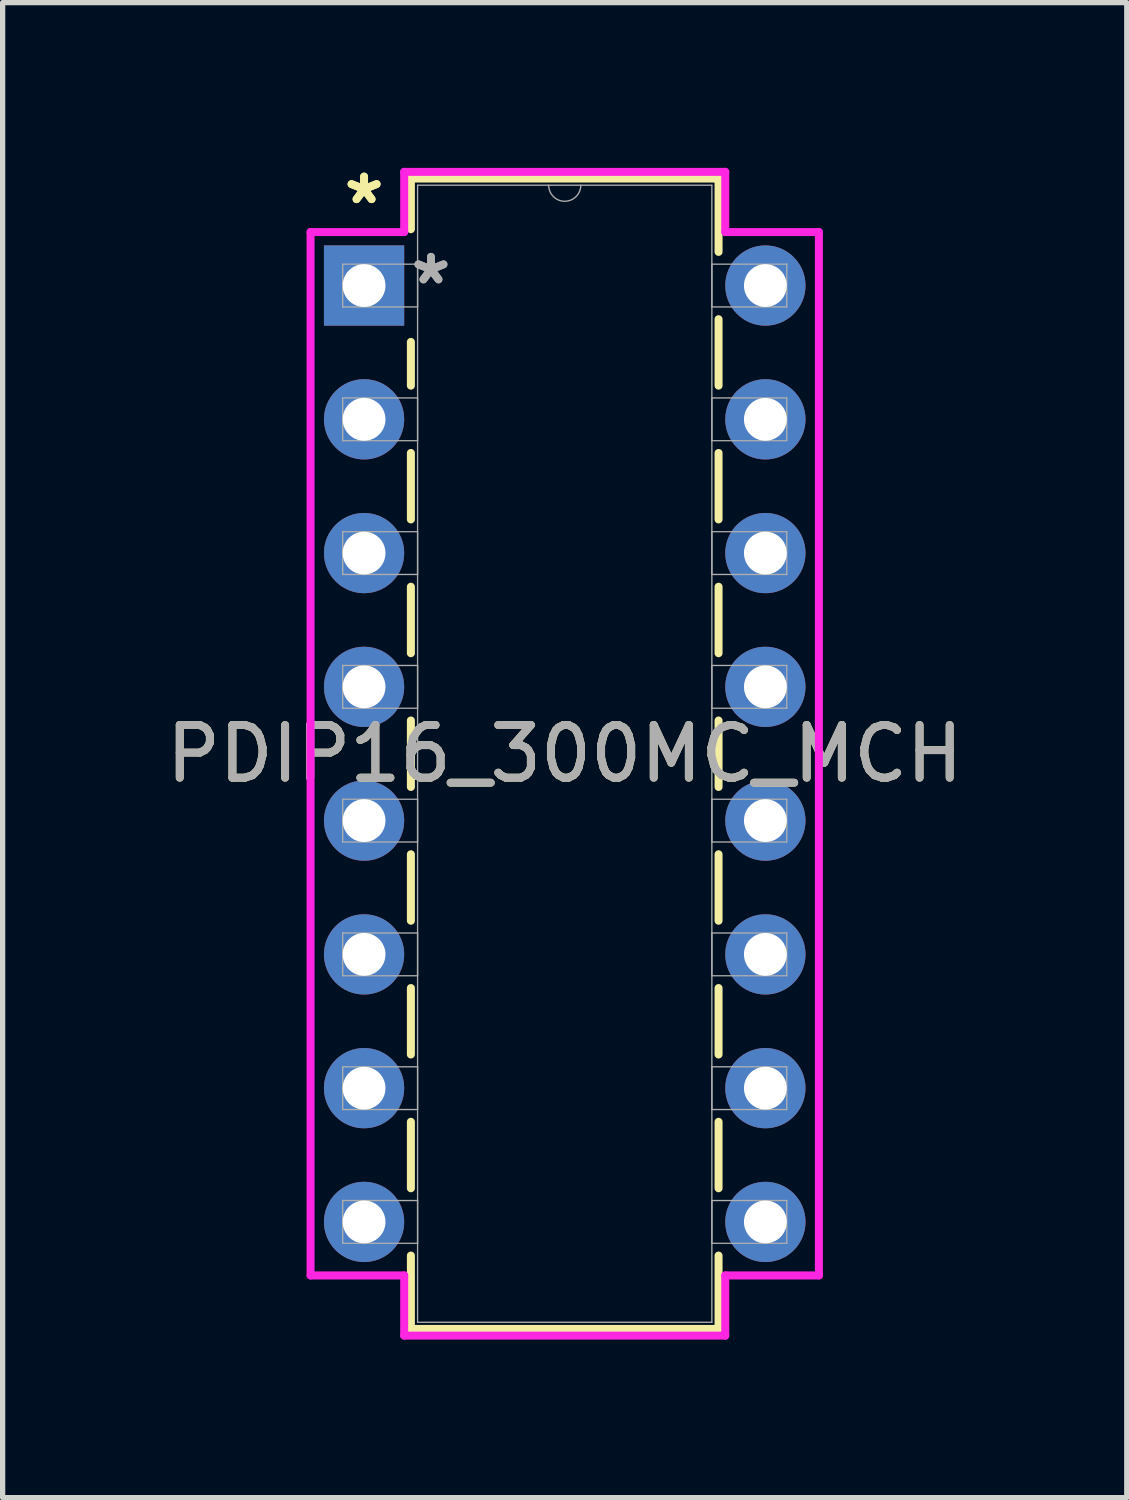
<source format=kicad_pcb>
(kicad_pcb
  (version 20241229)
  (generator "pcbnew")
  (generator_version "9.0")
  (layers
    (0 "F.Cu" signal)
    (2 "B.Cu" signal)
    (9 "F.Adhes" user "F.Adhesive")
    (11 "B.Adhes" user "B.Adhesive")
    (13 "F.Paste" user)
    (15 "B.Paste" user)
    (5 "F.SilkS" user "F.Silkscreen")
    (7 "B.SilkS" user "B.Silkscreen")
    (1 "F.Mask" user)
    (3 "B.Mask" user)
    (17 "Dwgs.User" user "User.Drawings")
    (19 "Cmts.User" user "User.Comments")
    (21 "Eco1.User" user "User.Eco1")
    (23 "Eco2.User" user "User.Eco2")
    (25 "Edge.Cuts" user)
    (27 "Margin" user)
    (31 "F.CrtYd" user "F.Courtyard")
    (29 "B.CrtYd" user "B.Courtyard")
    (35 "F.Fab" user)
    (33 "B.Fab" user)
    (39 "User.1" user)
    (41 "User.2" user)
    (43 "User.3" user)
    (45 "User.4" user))
  (footprint "PDIP16_300MC_MCH"
    (layer "F.Cu")
    (at 3.863 2.372)
    (property "Reference" "PDIP16_300MC_MCH" (at 3.81 8.89 0) (unlocked yes) (layer "F.SilkS") (effects (font (size 1 1) (thickness 0.15))))
    (attr through_hole)
    (fp_line (start 0.889 -2.032) (end 0.889 -1.07) (stroke (width 0.152) (type solid)) (layer "F.SilkS"))
    (fp_line (start 0.889 1.07) (end 0.889 1.901) (stroke (width 0.152) (type solid)) (layer "F.SilkS"))
    (fp_line (start 0.889 3.179) (end 0.889 4.441) (stroke (width 0.152) (type solid)) (layer "F.SilkS"))
    (fp_line (start 0.889 5.719) (end 0.889 6.981) (stroke (width 0.152) (type solid)) (layer "F.SilkS"))
    (fp_line (start 0.889 8.259) (end 0.889 9.521) (stroke (width 0.152) (type solid)) (layer "F.SilkS"))
    (fp_line (start 0.889 10.799) (end 0.889 12.061) (stroke (width 0.152) (type solid)) (layer "F.SilkS"))
    (fp_line (start 0.889 13.339) (end 0.889 14.601) (stroke (width 0.152) (type solid)) (layer "F.SilkS"))
    (fp_line (start 0.889 15.879) (end 0.889 17.141) (stroke (width 0.152) (type solid)) (layer "F.SilkS"))
    (fp_line (start 0.889 18.419) (end 0.889 19.812) (stroke (width 0.152) (type solid)) (layer "F.SilkS"))
    (fp_line (start 0.889 19.812) (end 6.731 19.812) (stroke (width 0.152) (type solid)) (layer "F.SilkS"))
    (fp_line (start 6.731 -2.032) (end 0.889 -2.032) (stroke (width 0.152) (type solid)) (layer "F.SilkS"))
    (fp_line (start 6.731 -0.639) (end 6.731 -2.032) (stroke (width 0.152) (type solid)) (layer "F.SilkS"))
    (fp_line (start 6.731 1.901) (end 6.731 0.639) (stroke (width 0.152) (type solid)) (layer "F.SilkS"))
    (fp_line (start 6.731 4.441) (end 6.731 3.179) (stroke (width 0.152) (type solid)) (layer "F.SilkS"))
    (fp_line (start 6.731 6.981) (end 6.731 5.719) (stroke (width 0.152) (type solid)) (layer "F.SilkS"))
    (fp_line (start 6.731 9.521) (end 6.731 8.259) (stroke (width 0.152) (type solid)) (layer "F.SilkS"))
    (fp_line (start 6.731 12.061) (end 6.731 10.799) (stroke (width 0.152) (type solid)) (layer "F.SilkS"))
    (fp_line (start 6.731 14.601) (end 6.731 13.339) (stroke (width 0.152) (type solid)) (layer "F.SilkS"))
    (fp_line (start 6.731 17.141) (end 6.731 15.879) (stroke (width 0.152) (type solid)) (layer "F.SilkS"))
    (fp_line (start 6.731 19.812) (end 6.731 18.419) (stroke (width 0.152) (type solid)) (layer "F.SilkS"))
    (fp_line (start -1.016 -1.016) (end 0.762 -1.016) (stroke (width 0.152) (type solid)) (layer "F.CrtYd"))
    (fp_line (start -1.016 18.796) (end -1.016 -1.016) (stroke (width 0.152) (type solid)) (layer "F.CrtYd"))
    (fp_line (start 0.762 -2.159) (end 6.858 -2.159) (stroke (width 0.152) (type solid)) (layer "F.CrtYd"))
    (fp_line (start 0.762 -1.016) (end 0.762 -2.159) (stroke (width 0.152) (type solid)) (layer "F.CrtYd"))
    (fp_line (start 0.762 18.796) (end -1.016 18.796) (stroke (width 0.152) (type solid)) (layer "F.CrtYd"))
    (fp_line (start 0.762 19.939) (end 0.762 18.796) (stroke (width 0.152) (type solid)) (layer "F.CrtYd"))
    (fp_line (start 6.858 -2.159) (end 6.858 -1.016) (stroke (width 0.152) (type solid)) (layer "F.CrtYd"))
    (fp_line (start 6.858 18.796) (end 6.858 19.939) (stroke (width 0.152) (type solid)) (layer "F.CrtYd"))
    (fp_line (start 6.858 19.939) (end 0.762 19.939) (stroke (width 0.152) (type solid)) (layer "F.CrtYd"))
    (fp_line (start 8.636 -1.016) (end 6.858 -1.016) (stroke (width 0.152) (type solid)) (layer "F.CrtYd"))
    (fp_line (start 8.636 -1.016) (end 8.636 18.796) (stroke (width 0.152) (type solid)) (layer "F.CrtYd"))
    (fp_line (start 8.636 18.796) (end 6.858 18.796) (stroke (width 0.152) (type solid)) (layer "F.CrtYd"))
    (fp_line (start -0.406 -0.406) (end -0.406 0.406) (stroke (width 0.025) (type solid)) (layer "F.Fab"))
    (fp_line (start -0.406 0.406) (end 1.016 0.406) (stroke (width 0.025) (type solid)) (layer "F.Fab"))
    (fp_line (start -0.406 2.134) (end -0.406 2.946) (stroke (width 0.025) (type solid)) (layer "F.Fab"))
    (fp_line (start -0.406 2.946) (end 1.016 2.946) (stroke (width 0.025) (type solid)) (layer "F.Fab"))
    (fp_line (start -0.406 4.674) (end -0.406 5.486) (stroke (width 0.025) (type solid)) (layer "F.Fab"))
    (fp_line (start -0.406 5.486) (end 1.016 5.486) (stroke (width 0.025) (type solid)) (layer "F.Fab"))
    (fp_line (start -0.406 7.214) (end -0.406 8.026) (stroke (width 0.025) (type solid)) (layer "F.Fab"))
    (fp_line (start -0.406 8.026) (end 1.016 8.026) (stroke (width 0.025) (type solid)) (layer "F.Fab"))
    (fp_line (start -0.406 9.754) (end -0.406 10.566) (stroke (width 0.025) (type solid)) (layer "F.Fab"))
    (fp_line (start -0.406 10.566) (end 1.016 10.566) (stroke (width 0.025) (type solid)) (layer "F.Fab"))
    (fp_line (start -0.406 12.294) (end -0.406 13.106) (stroke (width 0.025) (type solid)) (layer "F.Fab"))
    (fp_line (start -0.406 13.106) (end 1.016 13.106) (stroke (width 0.025) (type solid)) (layer "F.Fab"))
    (fp_line (start -0.406 14.834) (end -0.406 15.646) (stroke (width 0.025) (type solid)) (layer "F.Fab"))
    (fp_line (start -0.406 15.646) (end 1.016 15.646) (stroke (width 0.025) (type solid)) (layer "F.Fab"))
    (fp_line (start -0.406 17.374) (end -0.406 18.186) (stroke (width 0.025) (type solid)) (layer "F.Fab"))
    (fp_line (start -0.406 18.186) (end 1.016 18.186) (stroke (width 0.025) (type solid)) (layer "F.Fab"))
    (fp_line (start 1.016 -1.905) (end 1.016 19.685) (stroke (width 0.025) (type solid)) (layer "F.Fab"))
    (fp_line (start 1.016 -0.406) (end -0.406 -0.406) (stroke (width 0.025) (type solid)) (layer "F.Fab"))
    (fp_line (start 1.016 0.406) (end 1.016 -0.406) (stroke (width 0.025) (type solid)) (layer "F.Fab"))
    (fp_line (start 1.016 2.134) (end -0.406 2.134) (stroke (width 0.025) (type solid)) (layer "F.Fab"))
    (fp_line (start 1.016 2.946) (end 1.016 2.134) (stroke (width 0.025) (type solid)) (layer "F.Fab"))
    (fp_line (start 1.016 4.674) (end -0.406 4.674) (stroke (width 0.025) (type solid)) (layer "F.Fab"))
    (fp_line (start 1.016 5.486) (end 1.016 4.674) (stroke (width 0.025) (type solid)) (layer "F.Fab"))
    (fp_line (start 1.016 7.214) (end -0.406 7.214) (stroke (width 0.025) (type solid)) (layer "F.Fab"))
    (fp_line (start 1.016 8.026) (end 1.016 7.214) (stroke (width 0.025) (type solid)) (layer "F.Fab"))
    (fp_line (start 1.016 9.754) (end -0.406 9.754) (stroke (width 0.025) (type solid)) (layer "F.Fab"))
    (fp_line (start 1.016 10.566) (end 1.016 9.754) (stroke (width 0.025) (type solid)) (layer "F.Fab"))
    (fp_line (start 1.016 12.294) (end -0.406 12.294) (stroke (width 0.025) (type solid)) (layer "F.Fab"))
    (fp_line (start 1.016 13.106) (end 1.016 12.294) (stroke (width 0.025) (type solid)) (layer "F.Fab"))
    (fp_line (start 1.016 14.834) (end -0.406 14.834) (stroke (width 0.025) (type solid)) (layer "F.Fab"))
    (fp_line (start 1.016 15.646) (end 1.016 14.834) (stroke (width 0.025) (type solid)) (layer "F.Fab"))
    (fp_line (start 1.016 17.374) (end -0.406 17.374) (stroke (width 0.025) (type solid)) (layer "F.Fab"))
    (fp_line (start 1.016 18.186) (end 1.016 17.374) (stroke (width 0.025) (type solid)) (layer "F.Fab"))
    (fp_line (start 1.016 19.685) (end 6.604 19.685) (stroke (width 0.025) (type solid)) (layer "F.Fab"))
    (fp_line (start 6.604 -1.905) (end 1.016 -1.905) (stroke (width 0.025) (type solid)) (layer "F.Fab"))
    (fp_line (start 6.604 -0.406) (end 6.604 0.406) (stroke (width 0.025) (type solid)) (layer "F.Fab"))
    (fp_line (start 6.604 0.406) (end 8.026 0.406) (stroke (width 0.025) (type solid)) (layer "F.Fab"))
    (fp_line (start 6.604 2.134) (end 6.604 2.946) (stroke (width 0.025) (type solid)) (layer "F.Fab"))
    (fp_line (start 6.604 2.946) (end 8.026 2.946) (stroke (width 0.025) (type solid)) (layer "F.Fab"))
    (fp_line (start 6.604 4.674) (end 6.604 5.486) (stroke (width 0.025) (type solid)) (layer "F.Fab"))
    (fp_line (start 6.604 5.486) (end 8.026 5.486) (stroke (width 0.025) (type solid)) (layer "F.Fab"))
    (fp_line (start 6.604 7.214) (end 6.604 8.026) (stroke (width 0.025) (type solid)) (layer "F.Fab"))
    (fp_line (start 6.604 8.026) (end 8.026 8.026) (stroke (width 0.025) (type solid)) (layer "F.Fab"))
    (fp_line (start 6.604 9.754) (end 6.604 10.566) (stroke (width 0.025) (type solid)) (layer "F.Fab"))
    (fp_line (start 6.604 10.566) (end 8.026 10.566) (stroke (width 0.025) (type solid)) (layer "F.Fab"))
    (fp_line (start 6.604 12.294) (end 6.604 13.106) (stroke (width 0.025) (type solid)) (layer "F.Fab"))
    (fp_line (start 6.604 13.106) (end 8.026 13.106) (stroke (width 0.025) (type solid)) (layer "F.Fab"))
    (fp_line (start 6.604 14.834) (end 6.604 15.646) (stroke (width 0.025) (type solid)) (layer "F.Fab"))
    (fp_line (start 6.604 15.646) (end 8.026 15.646) (stroke (width 0.025) (type solid)) (layer "F.Fab"))
    (fp_line (start 6.604 17.374) (end 6.604 18.186) (stroke (width 0.025) (type solid)) (layer "F.Fab"))
    (fp_line (start 6.604 18.186) (end 8.026 18.186) (stroke (width 0.025) (type solid)) (layer "F.Fab"))
    (fp_line (start 6.604 19.685) (end 6.604 -1.905) (stroke (width 0.025) (type solid)) (layer "F.Fab"))
    (fp_line (start 8.026 -0.406) (end 6.604 -0.406) (stroke (width 0.025) (type solid)) (layer "F.Fab"))
    (fp_line (start 8.026 0.406) (end 8.026 -0.406) (stroke (width 0.025) (type solid)) (layer "F.Fab"))
    (fp_line (start 8.026 2.134) (end 6.604 2.134) (stroke (width 0.025) (type solid)) (layer "F.Fab"))
    (fp_line (start 8.026 2.946) (end 8.026 2.134) (stroke (width 0.025) (type solid)) (layer "F.Fab"))
    (fp_line (start 8.026 4.674) (end 6.604 4.674) (stroke (width 0.025) (type solid)) (layer "F.Fab"))
    (fp_line (start 8.026 5.486) (end 8.026 4.674) (stroke (width 0.025) (type solid)) (layer "F.Fab"))
    (fp_line (start 8.026 7.214) (end 6.604 7.214) (stroke (width 0.025) (type solid)) (layer "F.Fab"))
    (fp_line (start 8.026 8.026) (end 8.026 7.214) (stroke (width 0.025) (type solid)) (layer "F.Fab"))
    (fp_line (start 8.026 9.754) (end 6.604 9.754) (stroke (width 0.025) (type solid)) (layer "F.Fab"))
    (fp_line (start 8.026 10.566) (end 8.026 9.754) (stroke (width 0.025) (type solid)) (layer "F.Fab"))
    (fp_line (start 8.026 12.294) (end 6.604 12.294) (stroke (width 0.025) (type solid)) (layer "F.Fab"))
    (fp_line (start 8.026 13.106) (end 8.026 12.294) (stroke (width 0.025) (type solid)) (layer "F.Fab"))
    (fp_line (start 8.026 14.834) (end 6.604 14.834) (stroke (width 0.025) (type solid)) (layer "F.Fab"))
    (fp_line (start 8.026 15.646) (end 8.026 14.834) (stroke (width 0.025) (type solid)) (layer "F.Fab"))
    (fp_line (start 8.026 17.374) (end 6.604 17.374) (stroke (width 0.025) (type solid)) (layer "F.Fab"))
    (fp_line (start 8.026 18.186) (end 8.026 17.374) (stroke (width 0.025) (type solid)) (layer "F.Fab"))
    (fp_arc (start 4.1148 -1.905) (mid 3.81 -1.6002) (end 3.5052 -1.905) (stroke (width 0.0254) (type solid)) (layer "F.Fab"))
    (fp_text user "*" (at 0 -1.524 0) (unlocked yes) (layer "F.SilkS") (effects (font (size 1 1) (thickness 0.15))))
    (fp_text user "*" (at 0 -1.524 0) (layer "F.SilkS") (effects (font (size 1 1) (thickness 0.15))))
    (fp_text user "*" (at 1.27 0 0) (layer "F.Fab") (effects (font (size 1 1) (thickness 0.15))))
    (fp_text user "${REFERENCE}" (at 3.81 8.89 0) (unlocked yes) (layer "F.Fab") (effects (font (size 1 1) (thickness 0.15))))
    (fp_text user "*" (at 1.27 0 0) (unlocked yes) (layer "F.Fab") (effects (font (size 1 1) (thickness 0.15))))
    (pad "1" thru_hole rect (at 0 0) (size 1.524 1.524) (drill 0.813) (layers "*.Cu" "*.Mask"))
    (pad "2" thru_hole circle (at 0 2.54) (size 1.524 1.524) (drill 0.813) (layers "*.Cu" "*.Mask"))
    (pad "3" thru_hole circle (at 0 5.08) (size 1.524 1.524) (drill 0.813) (layers "*.Cu" "*.Mask"))
    (pad "4" thru_hole circle (at 0 7.62) (size 1.524 1.524) (drill 0.813) (layers "*.Cu" "*.Mask"))
    (pad "5" thru_hole circle (at 0 10.16) (size 1.524 1.524) (drill 0.813) (layers "*.Cu" "*.Mask"))
    (pad "6" thru_hole circle (at 0 12.7) (size 1.524 1.524) (drill 0.813) (layers "*.Cu" "*.Mask"))
    (pad "7" thru_hole circle (at 0 15.24) (size 1.524 1.524) (drill 0.813) (layers "*.Cu" "*.Mask"))
    (pad "8" thru_hole circle (at 0 17.78) (size 1.524 1.524) (drill 0.813) (layers "*.Cu" "*.Mask"))
    (pad "9" thru_hole circle (at 7.62 17.78) (size 1.524 1.524) (drill 0.813) (layers "*.Cu" "*.Mask"))
    (pad "10" thru_hole circle (at 7.62 15.24) (size 1.524 1.524) (drill 0.813) (layers "*.Cu" "*.Mask"))
    (pad "11" thru_hole circle (at 7.62 12.7) (size 1.524 1.524) (drill 0.813) (layers "*.Cu" "*.Mask"))
    (pad "12" thru_hole circle (at 7.62 10.16) (size 1.524 1.524) (drill 0.813) (layers "*.Cu" "*.Mask"))
    (pad "13" thru_hole circle (at 7.62 7.62) (size 1.524 1.524) (drill 0.813) (layers "*.Cu" "*.Mask"))
    (pad "14" thru_hole circle (at 7.62 5.08) (size 1.524 1.524) (drill 0.813) (layers "*.Cu" "*.Mask"))
    (pad "15" thru_hole circle (at 7.62 2.54) (size 1.524 1.524) (drill 0.813) (layers "*.Cu" "*.Mask"))
    (pad "16" thru_hole circle (at 7.62 0) (size 1.524 1.524) (drill 0.813) (layers "*.Cu" "*.Mask")))
  (gr_rect
    (start -3 -3)
    (end 18.345 25.387)
    (stroke (width 0.1) (type default))
    (fill no)
    (layer "Edge.Cuts")))
</source>
